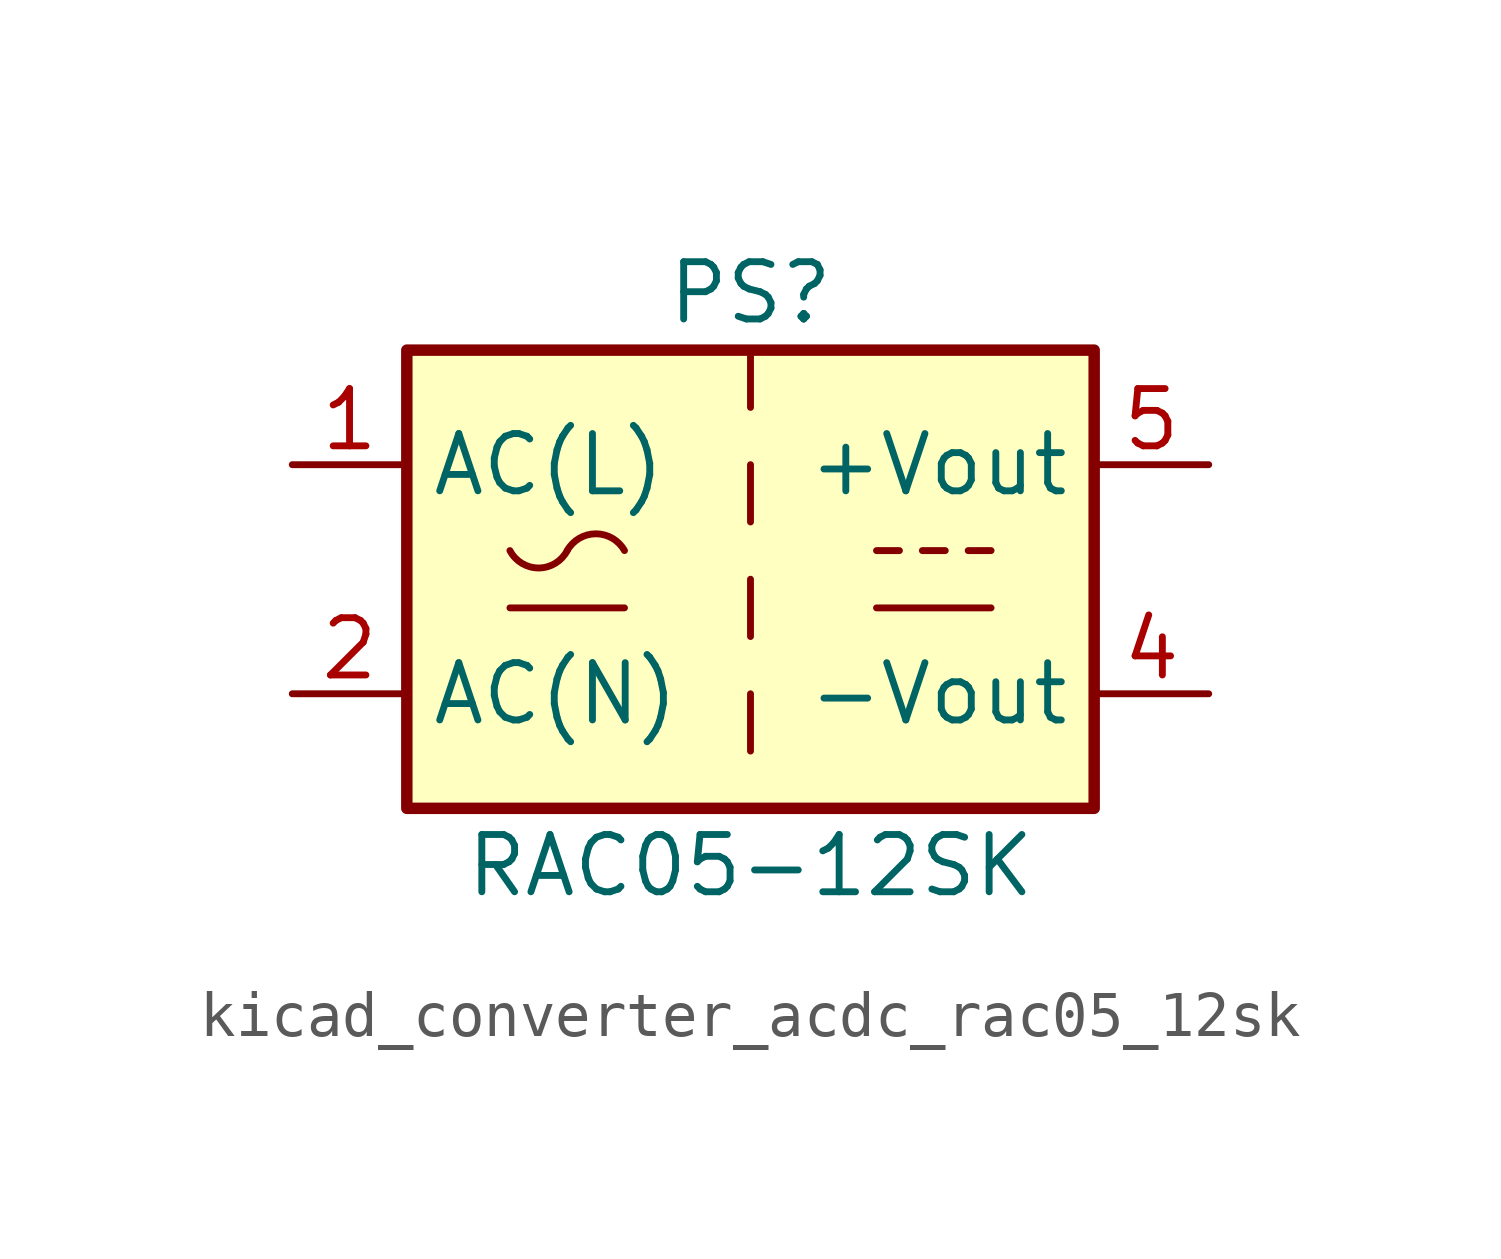
<source format=kicad_sym>
(kicad_symbol_lib
  (version 20220914)
  (generator kicad_symbol_editor)
  (symbol "kicad_converter_acdc_rac05_12sk"
    (property "Reference" "PS"
      (at 0 6.35 0)
      (effects (font (size 1.27 1.27))))
    (property "Value" "RAC05-12SK"
      (at 0 -6.35 0)
      (effects (font (size 1.27 1.27))))
    (symbol "kicad_converter_acdc_rac05_12sk_1_1"
      (rectangle (start -7.62 5.08) (end 7.62 -5.08) (stroke (width 0.254) (type default)) (fill (type background)))
      (arc (start -5.334 0.635) (mid -4.699 0.2495) (end -4.064 0.635) (stroke (width 0) (type default)) (fill (type none)))
      (arc (start -2.794 0.635) (mid -3.429 1.0072) (end -4.064 0.635) (stroke (width 0) (type default)) (fill (type none)))
      (polyline (pts (xy -5.334 -0.635) (xy -2.794 -0.635)) (stroke (width 0) (type default)) (fill (type none)))
      (polyline (pts (xy 0 -2.54) (xy 0 -3.81)) (stroke (width 0) (type default)) (fill (type none)))
      (polyline (pts (xy 0 0) (xy 0 -1.27)) (stroke (width 0) (type default)) (fill (type none)))
      (polyline (pts (xy 0 2.54) (xy 0 1.27)) (stroke (width 0) (type default)) (fill (type none)))
      (polyline (pts (xy 0 5.08) (xy 0 3.81)) (stroke (width 0) (type default)) (fill (type none)))
      (polyline (pts (xy 2.794 -0.635) (xy 5.334 -0.635)) (stroke (width 0) (type default)) (fill (type none)))
      (polyline (pts (xy 2.794 0.635) (xy 3.302 0.635)) (stroke (width 0) (type default)) (fill (type none)))
      (polyline (pts (xy 3.81 0.635) (xy 4.318 0.635)) (stroke (width 0) (type default)) (fill (type none)))
      (polyline (pts (xy 4.826 0.635) (xy 5.334 0.635)) (stroke (width 0) (type default)) (fill (type none)))
      (pin power_in line (at -10.16 2.54 0) (length 2.54) (name "AC(L)" (effects (font (size 1.27 1.27)))) (number "1" (effects (font (size 1.27 1.27)))))
      (pin power_in line (at -10.16 -2.54 0) (length 2.54) (name "AC(N)" (effects (font (size 1.27 1.27)))) (number "2" (effects (font (size 1.27 1.27)))))
      (pin no_connect line (at 7.62 0 180) (length 2.54) hide (name "NC" (effects (font (size 1.27 1.27)))) (number "3" (effects (font (size 1.27 1.27)))))
      (pin power_out line (at 10.16 -2.54 180) (length 2.54) (name "-Vout" (effects (font (size 1.27 1.27)))) (number "4" (effects (font (size 1.27 1.27)))))
      (pin power_out line (at 10.16 2.54 180) (length 2.54) (name "+Vout" (effects (font (size 1.27 1.27)))) (number "5" (effects (font (size 1.27 1.27))))))))
</source>
